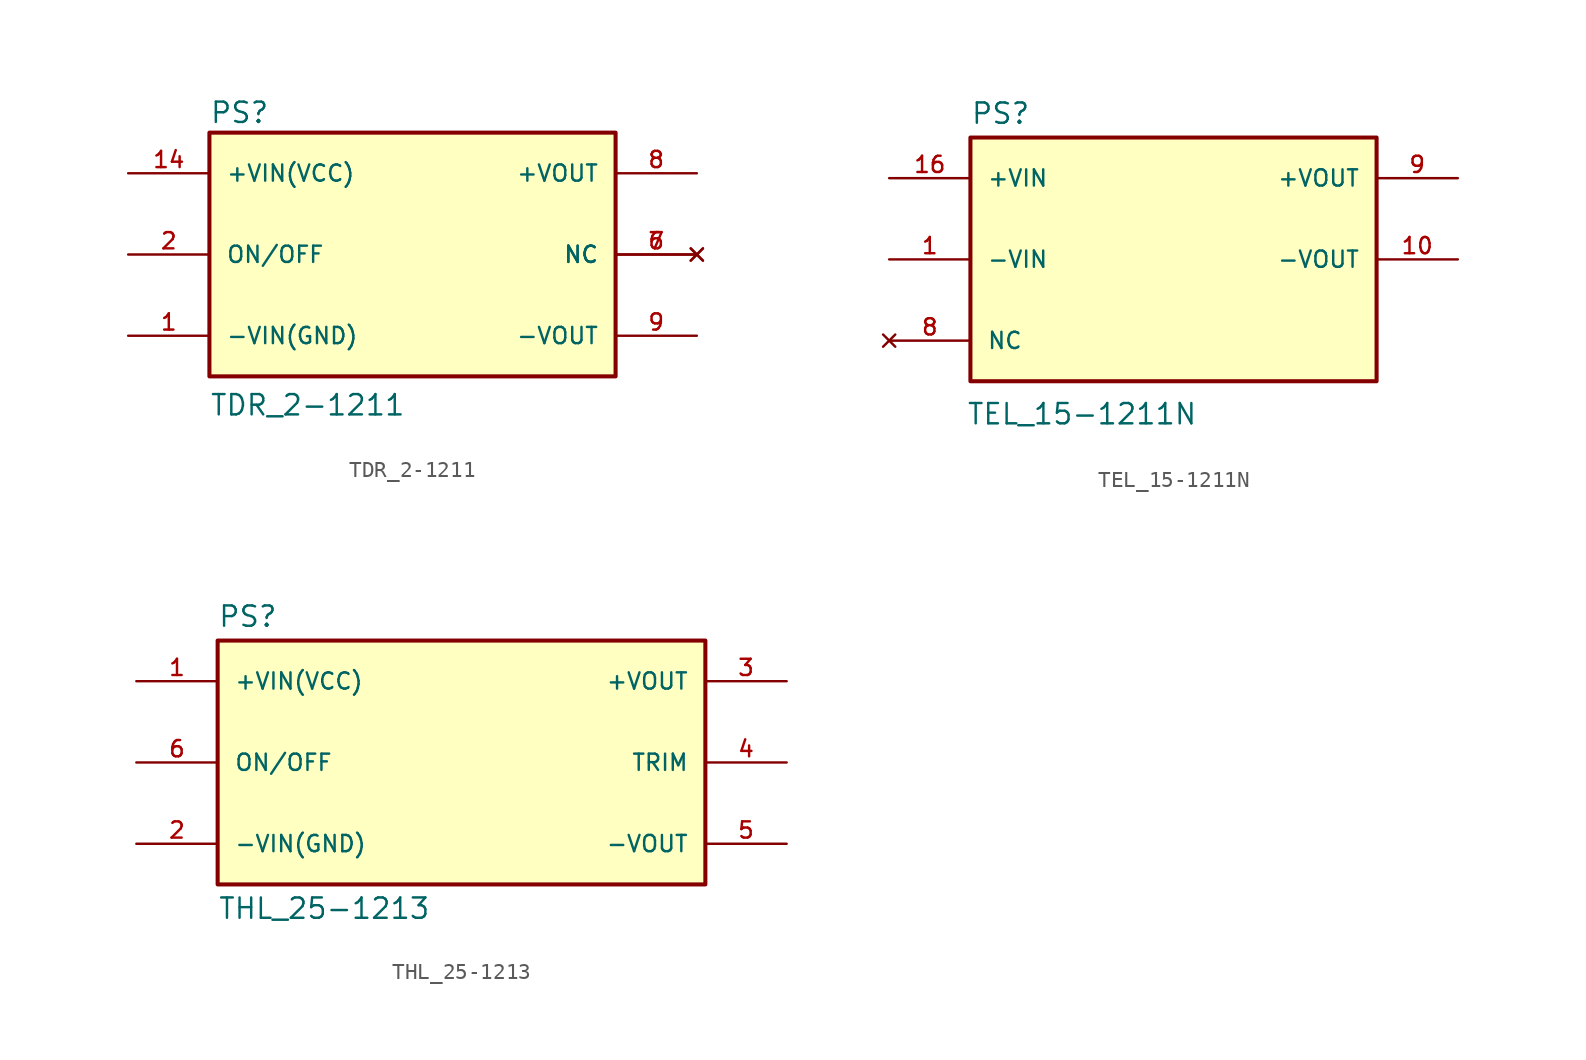
<source format=kicad_sym>
(kicad_symbol_lib
  (version 20231120)
  (generator "kicad_symbol_editor")
  (generator_version "8.0")
  (symbol "TDR_2-1211"
    (pin_names
      (offset 1.016))
    (property "Reference" "PS"
      (at -12.7 8.128 0)
      (effects (font (size 1.27 1.27)) (justify left bottom)))
    (property "Value" "TDR_2-1211"
      (at -12.7 -10.16 0)
      (effects (font (size 1.27 1.27)) (justify left bottom)))
    (symbol "TDR_2-1211_0_0"
      (rectangle (start -12.7 7.62) (end 12.7 -7.62) (stroke (width 0.254) (type default)) (fill (type background)))
      (pin input line (at -17.78 -5.08 0) (length 5.08) (name "-VIN(GND)" (effects (font (size 1.016 1.016)))) (number "1" (effects (font (size 1.016 1.016)))))
      (pin input line (at -17.78 5.08 0) (length 5.08) (name "+VIN(VCC)" (effects (font (size 1.016 1.016)))) (number "14" (effects (font (size 1.016 1.016)))))
      (pin input line (at -17.78 0 0) (length 5.08) (name "ON/OFF" (effects (font (size 1.016 1.016)))) (number "2" (effects (font (size 1.016 1.016)))))
      (pin no_connect line (at 17.78 0 180) (length 5.08) (name "NC" (effects (font (size 1.016 1.016)))) (number "6" (effects (font (size 1.016 1.016)))))
      (pin no_connect line (at 17.78 0 180) (length 5.08) (name "NC" (effects (font (size 1.016 1.016)))) (number "7" (effects (font (size 1.016 1.016)))))
      (pin output line (at 17.78 5.08 180) (length 5.08) (name "+VOUT" (effects (font (size 1.016 1.016)))) (number "8" (effects (font (size 1.016 1.016)))))
      (pin output line (at 17.78 -5.08 180) (length 5.08) (name "-VOUT" (effects (font (size 1.016 1.016)))) (number "9" (effects (font (size 1.016 1.016)))))))
  (symbol "TEL_15-1211N"
    (pin_names
      (offset 1.016))
    (property "Reference" "PS"
      (at -12.7 8.382 0)
      (effects (font (size 1.27 1.27)) (justify left bottom)))
    (property "Value" "TEL_15-1211N"
      (at -12.954 -10.414 0)
      (effects (font (size 1.27 1.27)) (justify left bottom)))
    (symbol "TEL_15-1211N_0_0"
      (rectangle (start -12.7 -7.62) (end 12.7 7.62) (stroke (width 0.254) (type default)) (fill (type background)))
      (pin input line (at -17.78 0 0) (length 5.08) (name "-VIN" (effects (font (size 1.016 1.016)))) (number "1" (effects (font (size 1.016 1.016)))))
      (pin output line (at 17.78 0 180) (length 5.08) (name "-VOUT" (effects (font (size 1.016 1.016)))) (number "10" (effects (font (size 1.016 1.016)))))
      (pin input line (at -17.78 5.08 0) (length 5.08) (name "+VIN" (effects (font (size 1.016 1.016)))) (number "16" (effects (font (size 1.016 1.016)))))
      (pin no_connect line (at -17.78 -5.08 0) (length 5.08) (name "NC" (effects (font (size 1.016 1.016)))) (number "8" (effects (font (size 1.016 1.016)))))
      (pin output line (at 17.78 5.08 180) (length 5.08) (name "+VOUT" (effects (font (size 1.016 1.016)))) (number "9" (effects (font (size 1.016 1.016)))))))
  (symbol "THL_25-1213"
    (pin_names
      (offset 1.016))
    (property "Reference" "PS"
      (at -15.24 8.382 0)
      (effects (font (size 1.27 1.27)) (justify left bottom)))
    (property "Value" "THL_25-1213"
      (at -15.24 -8.382 0)
      (effects (font (size 1.27 1.27)) (justify left top)))
    (symbol "THL_25-1213_0_0"
      (rectangle (start -15.24 7.62) (end 15.24 -7.62) (stroke (width 0.254) (type default)) (fill (type background)))
      (pin input line (at -20.32 5.08 0) (length 5.08) (name "+VIN(VCC)" (effects (font (size 1.016 1.016)))) (number "1" (effects (font (size 1.016 1.016)))))
      (pin input line (at -20.32 -5.08 0) (length 5.08) (name "-VIN(GND)" (effects (font (size 1.016 1.016)))) (number "2" (effects (font (size 1.016 1.016)))))
      (pin output line (at 20.32 5.08 180) (length 5.08) (name "+VOUT" (effects (font (size 1.016 1.016)))) (number "3" (effects (font (size 1.016 1.016)))))
      (pin passive line (at 20.32 0 180) (length 5.08) (name "TRIM" (effects (font (size 1.016 1.016)))) (number "4" (effects (font (size 1.016 1.016)))))
      (pin output line (at 20.32 -5.08 180) (length 5.08) (name "-VOUT" (effects (font (size 1.016 1.016)))) (number "5" (effects (font (size 1.016 1.016)))))
      (pin input line (at -20.32 0 0) (length 5.08) (name "ON/OFF" (effects (font (size 1.016 1.016)))) (number "6" (effects (font (size 1.016 1.016))))))))
</source>
